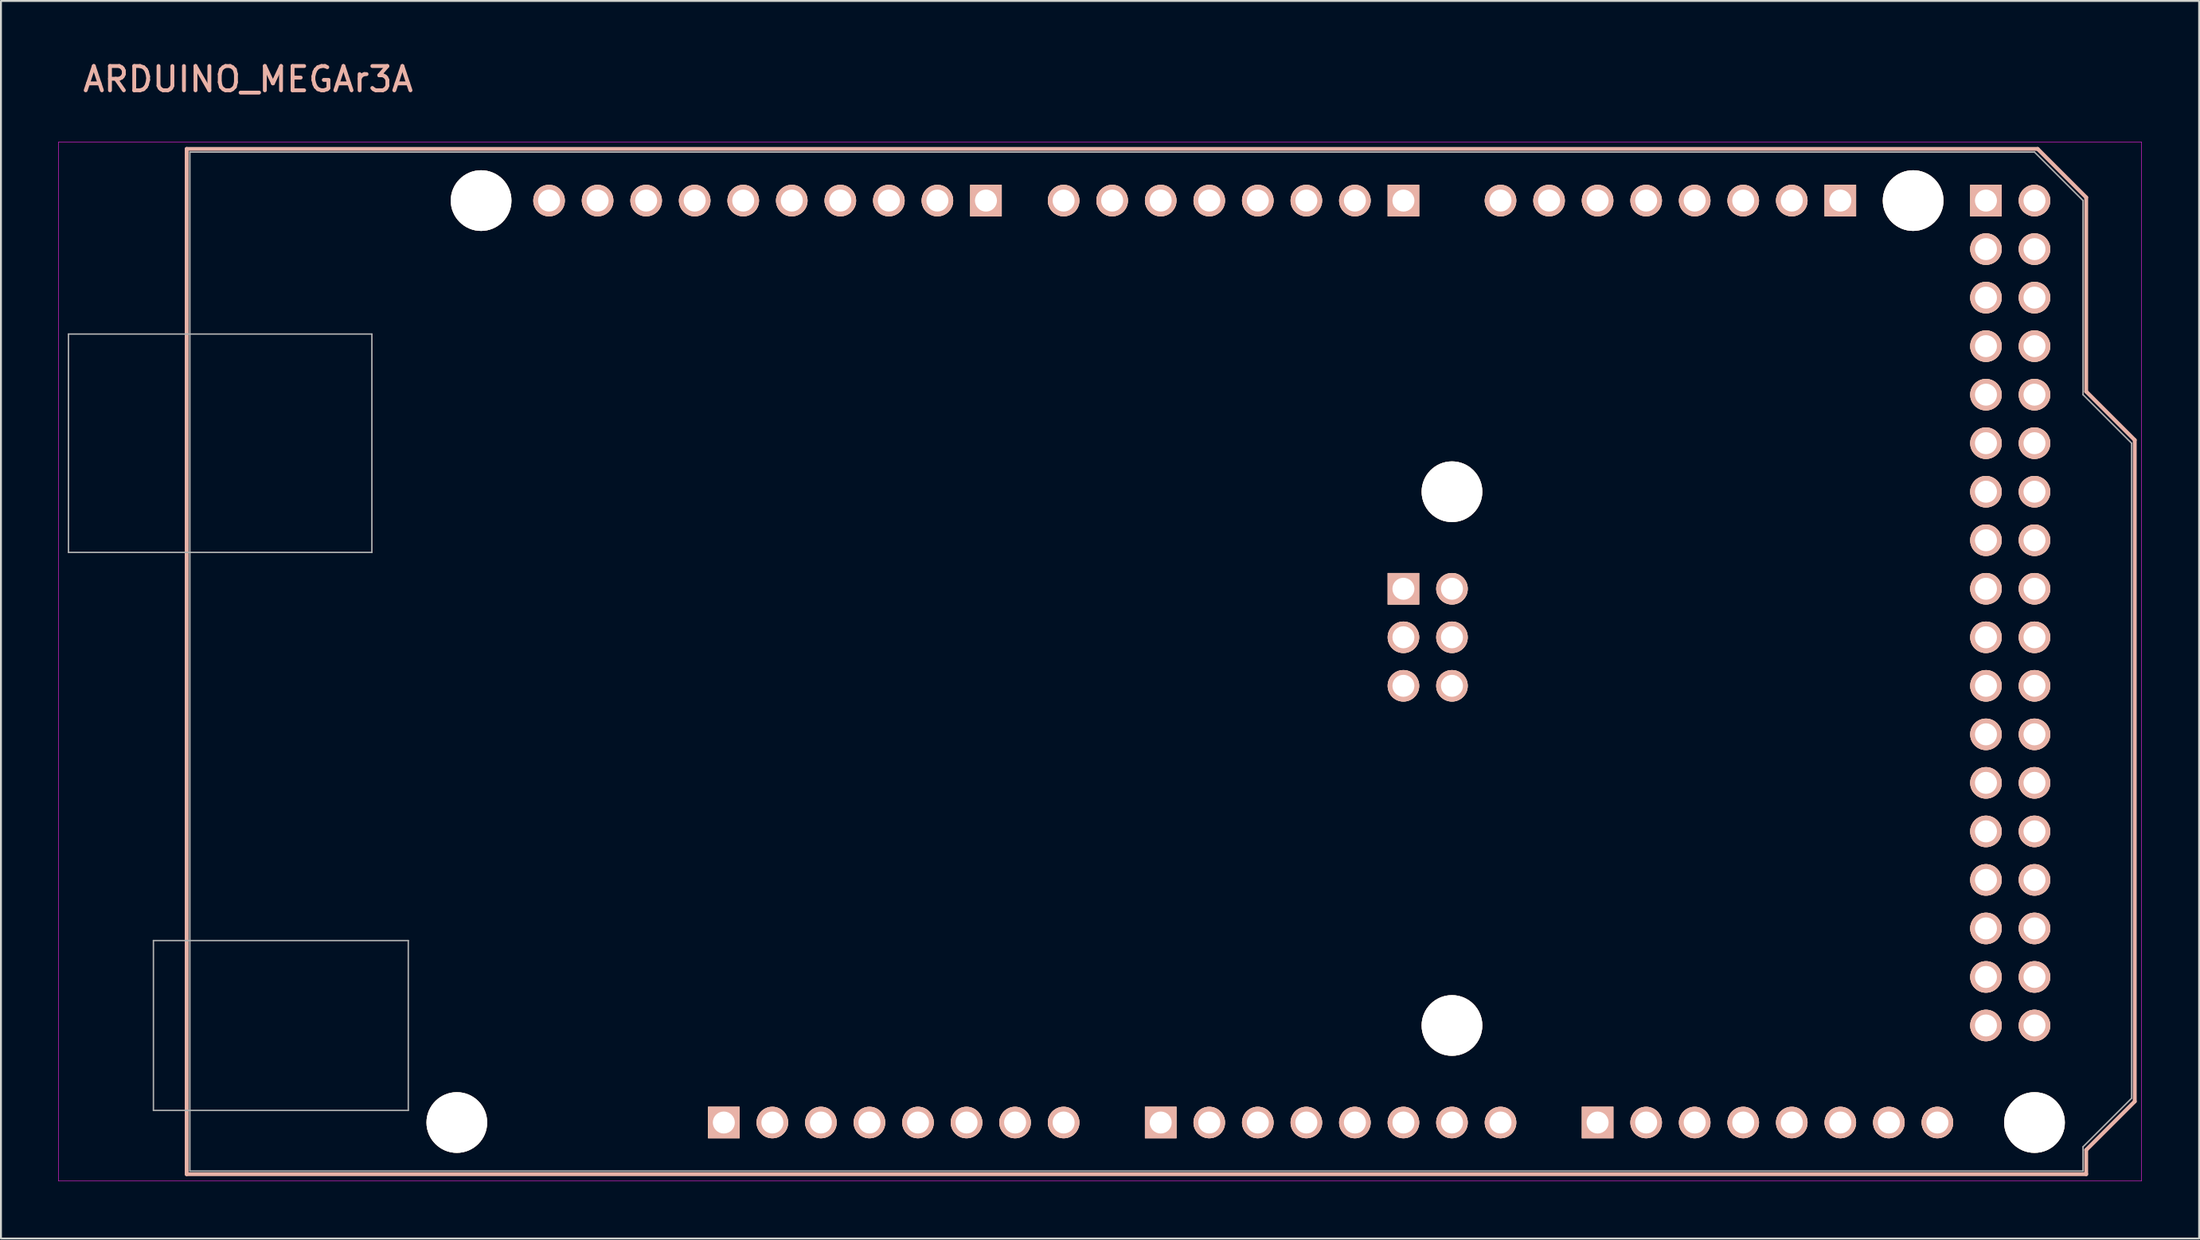
<source format=kicad_pcb>
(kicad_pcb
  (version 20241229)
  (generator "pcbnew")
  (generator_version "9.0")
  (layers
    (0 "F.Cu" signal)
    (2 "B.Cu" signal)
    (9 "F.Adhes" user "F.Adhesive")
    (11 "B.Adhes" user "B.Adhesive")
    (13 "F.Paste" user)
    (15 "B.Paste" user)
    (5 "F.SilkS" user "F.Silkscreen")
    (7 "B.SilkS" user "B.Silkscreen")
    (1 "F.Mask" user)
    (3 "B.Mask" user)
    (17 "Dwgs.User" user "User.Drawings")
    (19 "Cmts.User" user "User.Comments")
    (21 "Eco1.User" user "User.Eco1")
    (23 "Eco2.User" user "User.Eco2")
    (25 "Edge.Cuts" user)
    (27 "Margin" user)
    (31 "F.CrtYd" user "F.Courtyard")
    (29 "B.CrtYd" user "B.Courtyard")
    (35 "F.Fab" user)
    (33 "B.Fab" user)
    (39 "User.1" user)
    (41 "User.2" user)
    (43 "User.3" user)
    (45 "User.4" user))
  (footprint "ARDUINO_MEGAr3A"
    (layer "F.Cu")
    (at 6.883 58.25)
    (property "Reference" "ARDUINO_MEGAr3A" (at 3.048 -57.15 0) (layer "B.SilkS") (effects (font (size 1.27 1.27) (thickness 0.203))))
    (attr through_hole)
    (fp_line (start -0.165 0.165) (end -0.165 -53.505) (stroke (width 0.203) (type solid)) (layer "B.SilkS"))
    (fp_line (start 96.685 -53.505) (end -0.165 -53.505) (stroke (width 0.203) (type solid)) (layer "B.SilkS"))
    (fp_line (start 99.225 -50.965) (end 96.685 -53.505) (stroke (width 0.203) (type solid)) (layer "B.SilkS"))
    (fp_line (start 99.225 -40.805) (end 99.225 -50.965) (stroke (width 0.203) (type solid)) (layer "B.SilkS"))
    (fp_line (start 99.225 -40.805) (end 101.765 -38.265) (stroke (width 0.203) (type solid)) (layer "B.SilkS"))
    (fp_line (start 99.225 -1.105) (end 99.225 0.165) (stroke (width 0.203) (type solid)) (layer "B.SilkS"))
    (fp_line (start 99.225 0.165) (end -0.165 0.165) (stroke (width 0.203) (type solid)) (layer "B.SilkS"))
    (fp_line (start 101.765 -38.265) (end 101.765 -3.645) (stroke (width 0.203) (type solid)) (layer "B.SilkS"))
    (fp_line (start 101.765 -3.645) (end 99.225 -1.105) (stroke (width 0.203) (type solid)) (layer "B.SilkS"))
    (fp_line (start -6.871 -53.861) (end 102.121 -53.861) (stroke (width 0.025) (type solid)) (layer "F.CrtYd"))
    (fp_line (start -6.871 0.521) (end -6.871 -53.861) (stroke (width 0.025) (type solid)) (layer "F.CrtYd"))
    (fp_line (start 102.121 -53.861) (end 102.121 0.521) (stroke (width 0.025) (type solid)) (layer "F.CrtYd"))
    (fp_line (start 102.121 0.521) (end -6.871 0.521) (stroke (width 0.025) (type solid)) (layer "F.CrtYd"))
    (fp_line (start -6.35 -43.815) (end 9.525 -43.815) (stroke (width 0.076) (type solid)) (layer "F.Fab"))
    (fp_line (start -6.35 -32.385) (end -6.35 -43.815) (stroke (width 0.076) (type solid)) (layer "F.Fab"))
    (fp_line (start -1.905 -12.065) (end 11.43 -12.065) (stroke (width 0.076) (type solid)) (layer "F.Fab"))
    (fp_line (start -1.905 -3.175) (end -1.905 -12.065) (stroke (width 0.076) (type solid)) (layer "F.Fab"))
    (fp_line (start 0 0) (end 0 -53.34) (stroke (width 0.076) (type solid)) (layer "F.Fab"))
    (fp_line (start 9.525 -43.815) (end 9.525 -32.385) (stroke (width 0.076) (type solid)) (layer "F.Fab"))
    (fp_line (start 9.525 -32.385) (end -6.35 -32.385) (stroke (width 0.076) (type solid)) (layer "F.Fab"))
    (fp_line (start 11.43 -12.065) (end 11.43 -3.175) (stroke (width 0.076) (type solid)) (layer "F.Fab"))
    (fp_line (start 11.43 -3.175) (end -1.905 -3.175) (stroke (width 0.076) (type solid)) (layer "F.Fab"))
    (fp_line (start 96.52 -53.34) (end 0 -53.34) (stroke (width 0.076) (type solid)) (layer "F.Fab"))
    (fp_line (start 99.06 -50.8) (end 96.52 -53.34) (stroke (width 0.076) (type solid)) (layer "F.Fab"))
    (fp_line (start 99.06 -40.64) (end 99.06 -50.8) (stroke (width 0.076) (type solid)) (layer "F.Fab"))
    (fp_line (start 99.06 -40.64) (end 101.6 -38.1) (stroke (width 0.076) (type solid)) (layer "F.Fab"))
    (fp_line (start 99.06 -1.27) (end 99.06 0) (stroke (width 0.076) (type solid)) (layer "F.Fab"))
    (fp_line (start 99.06 0) (end 0 0) (stroke (width 0.076) (type solid)) (layer "F.Fab"))
    (fp_line (start 101.6 -38.1) (end 101.6 -3.81) (stroke (width 0.076) (type solid)) (layer "F.Fab"))
    (fp_line (start 101.6 -3.81) (end 99.06 -1.27) (stroke (width 0.076) (type solid)) (layer "F.Fab"))
    (pad "" np_thru_hole circle (at 13.97 -2.54 0.1) (size 3.175 3.175) (drill 3.175) (layers "*.Cu" "*.SilkS" "*.Mask"))
    (pad "" np_thru_hole circle (at 15.24 -50.8 0.1) (size 3.175 3.175) (drill 3.175) (layers "*.Cu" "*.SilkS" "*.Mask"))
    (pad "" np_thru_hole circle (at 66.04 -35.56 0.1) (size 3.175 3.175) (drill 3.175) (layers "*.Cu" "*.SilkS" "*.Mask"))
    (pad "" np_thru_hole circle (at 66.04 -7.62 0.1) (size 3.175 3.175) (drill 3.175) (layers "*.Cu" "*.SilkS" "*.Mask"))
    (pad "" np_thru_hole circle (at 90.17 -50.8 0.1) (size 3.175 3.175) (drill 3.175) (layers "*.Cu" "*.SilkS" "*.Mask"))
    (pad "" np_thru_hole circle (at 96.52 -2.54 0.1) (size 3.175 3.175) (drill 3.175) (layers "*.Cu" "*.SilkS" "*.Mask"))
    (pad "AH1" thru_hole rect (at 73.66 -2.54 270) (size 1.65 1.65) (drill 1.15) (layers "*.Cu" "*.SilkS" "*.Mask"))
    (pad "AH2" thru_hole circle (at 76.2 -2.54 270) (size 1.65 1.65) (drill 1.15) (layers "*.Cu" "*.SilkS" "*.Mask"))
    (pad "AH3" thru_hole circle (at 78.74 -2.54 270) (size 1.65 1.65) (drill 1.15) (layers "*.Cu" "*.SilkS" "*.Mask"))
    (pad "AH4" thru_hole circle (at 81.28 -2.54 270) (size 1.65 1.65) (drill 1.15) (layers "*.Cu" "*.SilkS" "*.Mask"))
    (pad "AH5" thru_hole circle (at 83.82 -2.54 270) (size 1.65 1.65) (drill 1.15) (layers "*.Cu" "*.SilkS" "*.Mask"))
    (pad "AH6" thru_hole circle (at 86.36 -2.54 270) (size 1.65 1.65) (drill 1.15) (layers "*.Cu" "*.SilkS" "*.Mask"))
    (pad "AH7" thru_hole circle (at 88.9 -2.54 270) (size 1.65 1.65) (drill 1.15) (layers "*.Cu" "*.SilkS" "*.Mask"))
    (pad "AH8" thru_hole circle (at 91.44 -2.54 270) (size 1.65 1.65) (drill 1.15) (layers "*.Cu" "*.SilkS" "*.Mask"))
    (pad "AL1" thru_hole rect (at 50.8 -2.54 270) (size 1.65 1.65) (drill 1.15) (layers "*.Cu" "*.SilkS" "*.Mask"))
    (pad "AL2" thru_hole circle (at 53.34 -2.54 270) (size 1.65 1.65) (drill 1.15) (layers "*.Cu" "*.SilkS" "*.Mask"))
    (pad "AL3" thru_hole circle (at 55.88 -2.54 270) (size 1.65 1.65) (drill 1.15) (layers "*.Cu" "*.SilkS" "*.Mask"))
    (pad "AL4" thru_hole circle (at 58.42 -2.54 270) (size 1.65 1.65) (drill 1.15) (layers "*.Cu" "*.SilkS" "*.Mask"))
    (pad "AL5" thru_hole circle (at 60.96 -2.54 270) (size 1.65 1.65) (drill 1.15) (layers "*.Cu" "*.SilkS" "*.Mask"))
    (pad "AL6" thru_hole circle (at 63.5 -2.54 270) (size 1.65 1.65) (drill 1.15) (layers "*.Cu" "*.SilkS" "*.Mask"))
    (pad "AL7" thru_hole circle (at 66.04 -2.54 270) (size 1.65 1.65) (drill 1.15) (layers "*.Cu" "*.SilkS" "*.Mask"))
    (pad "AL8" thru_hole circle (at 68.58 -2.54 270) (size 1.65 1.65) (drill 1.15) (layers "*.Cu" "*.SilkS" "*.Mask"))
    (pad "COM1" thru_hole rect (at 86.36 -50.8 90) (size 1.65 1.65) (drill 1.15) (layers "*.Cu" "*.SilkS" "*.Mask"))
    (pad "COM2" thru_hole circle (at 83.82 -50.8 90) (size 1.65 1.65) (drill 1.15) (layers "*.Cu" "*.SilkS" "*.Mask"))
    (pad "COM3" thru_hole circle (at 81.28 -50.8 90) (size 1.65 1.65) (drill 1.15) (layers "*.Cu" "*.SilkS" "*.Mask"))
    (pad "COM4" thru_hole circle (at 78.74 -50.8 90) (size 1.65 1.65) (drill 1.15) (layers "*.Cu" "*.SilkS" "*.Mask"))
    (pad "COM5" thru_hole circle (at 76.2 -50.8 90) (size 1.65 1.65) (drill 1.15) (layers "*.Cu" "*.SilkS" "*.Mask"))
    (pad "COM6" thru_hole circle (at 73.66 -50.8 90) (size 1.65 1.65) (drill 1.15) (layers "*.Cu" "*.SilkS" "*.Mask"))
    (pad "COM7" thru_hole circle (at 71.12 -50.8 90) (size 1.65 1.65) (drill 1.15) (layers "*.Cu" "*.SilkS" "*.Mask"))
    (pad "COM8" thru_hole circle (at 68.58 -50.8 90) (size 1.65 1.65) (drill 1.15) (layers "*.Cu" "*.SilkS" "*.Mask"))
    (pad "H1" thru_hole rect (at 41.656 -50.8 90) (size 1.65 1.65) (drill 1.15) (layers "*.Cu" "*.SilkS" "*.Mask"))
    (pad "H2" thru_hole circle (at 39.116 -50.8 90) (size 1.65 1.65) (drill 1.15) (layers "*.Cu" "*.SilkS" "*.Mask"))
    (pad "H3" thru_hole circle (at 36.576 -50.8 90) (size 1.65 1.65) (drill 1.15) (layers "*.Cu" "*.SilkS" "*.Mask"))
    (pad "H4" thru_hole circle (at 34.036 -50.8 90) (size 1.65 1.65) (drill 1.15) (layers "*.Cu" "*.SilkS" "*.Mask"))
    (pad "H5" thru_hole circle (at 31.496 -50.8 90) (size 1.65 1.65) (drill 1.15) (layers "*.Cu" "*.SilkS" "*.Mask"))
    (pad "H6" thru_hole circle (at 28.956 -50.8 90) (size 1.65 1.65) (drill 1.15) (layers "*.Cu" "*.SilkS" "*.Mask"))
    (pad "H7" thru_hole circle (at 26.416 -50.8 90) (size 1.65 1.65) (drill 1.15) (layers "*.Cu" "*.SilkS" "*.Mask"))
    (pad "H8" thru_hole circle (at 23.876 -50.8 90) (size 1.65 1.65) (drill 1.15) (layers "*.Cu" "*.SilkS" "*.Mask"))
    (pad "H9" thru_hole circle (at 21.336 -50.8 90) (size 1.65 1.65) (drill 1.15) (layers "*.Cu" "*.SilkS" "*.Mask"))
    (pad "H10" thru_hole circle (at 18.796 -50.8 90) (size 1.65 1.65) (drill 1.15) (layers "*.Cu" "*.SilkS" "*.Mask"))
    (pad "ISP1" thru_hole rect (at 63.5 -30.48 180) (size 1.65 1.65) (drill 1.15) (layers "*.Cu" "*.SilkS" "*.Mask"))
    (pad "ISP2" thru_hole circle (at 66.04 -30.48) (size 1.65 1.65) (drill 1.15) (layers "*.Cu" "*.SilkS" "*.Mask"))
    (pad "ISP3" thru_hole circle (at 63.5 -27.94 180) (size 1.65 1.65) (drill 1.15) (layers "*.Cu" "*.SilkS" "*.Mask"))
    (pad "ISP4" thru_hole circle (at 66.04 -27.94) (size 1.65 1.65) (drill 1.15) (layers "*.Cu" "*.SilkS" "*.Mask"))
    (pad "ISP5" thru_hole circle (at 63.5 -25.4 180) (size 1.65 1.65) (drill 1.15) (layers "*.Cu" "*.SilkS" "*.Mask"))
    (pad "ISP6" thru_hole circle (at 66.04 -25.4) (size 1.65 1.65) (drill 1.15) (layers "*.Cu" "*.SilkS" "*.Mask"))
    (pad "L1" thru_hole rect (at 63.5 -50.8 90) (size 1.65 1.65) (drill 1.15) (layers "*.Cu" "*.SilkS" "*.Mask"))
    (pad "L2" thru_hole circle (at 60.96 -50.8 90) (size 1.65 1.65) (drill 1.15) (layers "*.Cu" "*.SilkS" "*.Mask"))
    (pad "L3" thru_hole circle (at 58.42 -50.8 90) (size 1.65 1.65) (drill 1.15) (layers "*.Cu" "*.SilkS" "*.Mask"))
    (pad "L4" thru_hole circle (at 55.88 -50.8 90) (size 1.65 1.65) (drill 1.15) (layers "*.Cu" "*.SilkS" "*.Mask"))
    (pad "L5" thru_hole circle (at 53.34 -50.8 90) (size 1.65 1.65) (drill 1.15) (layers "*.Cu" "*.SilkS" "*.Mask"))
    (pad "L6" thru_hole circle (at 50.8 -50.8 90) (size 1.65 1.65) (drill 1.15) (layers "*.Cu" "*.SilkS" "*.Mask"))
    (pad "L7" thru_hole circle (at 48.26 -50.8 90) (size 1.65 1.65) (drill 1.15) (layers "*.Cu" "*.SilkS" "*.Mask"))
    (pad "L8" thru_hole circle (at 45.72 -50.8 90) (size 1.65 1.65) (drill 1.15) (layers "*.Cu" "*.SilkS" "*.Mask"))
    (pad "P1" thru_hole rect (at 27.94 -2.54 270) (size 1.65 1.65) (drill 1.15) (layers "*.Cu" "*.SilkS" "*.Mask"))
    (pad "P2" thru_hole circle (at 30.48 -2.54 270) (size 1.65 1.65) (drill 1.15) (layers "*.Cu" "*.SilkS" "*.Mask"))
    (pad "P3" thru_hole circle (at 33.02 -2.54 270) (size 1.65 1.65) (drill 1.15) (layers "*.Cu" "*.SilkS" "*.Mask"))
    (pad "P4" thru_hole circle (at 35.56 -2.54 270) (size 1.65 1.65) (drill 1.15) (layers "*.Cu" "*.SilkS" "*.Mask"))
    (pad "P5" thru_hole circle (at 38.1 -2.54 270) (size 1.65 1.65) (drill 1.15) (layers "*.Cu" "*.SilkS" "*.Mask"))
    (pad "P6" thru_hole circle (at 40.64 -2.54 270) (size 1.65 1.65) (drill 1.15) (layers "*.Cu" "*.SilkS" "*.Mask"))
    (pad "P7" thru_hole circle (at 43.18 -2.54 270) (size 1.65 1.65) (drill 1.15) (layers "*.Cu" "*.SilkS" "*.Mask"))
    (pad "P8" thru_hole circle (at 45.72 -2.54 270) (size 1.65 1.65) (drill 1.15) (layers "*.Cu" "*.SilkS" "*.Mask"))
    (pad "X1" thru_hole rect (at 93.98 -50.8 180) (size 1.65 1.65) (drill 1.15) (layers "*.Cu" "*.SilkS" "*.Mask"))
    (pad "X2" thru_hole circle (at 96.52 -50.8) (size 1.65 1.65) (drill 1.15) (layers "*.Cu" "*.SilkS" "*.Mask"))
    (pad "X3" thru_hole circle (at 93.98 -48.26 180) (size 1.65 1.65) (drill 1.15) (layers "*.Cu" "*.SilkS" "*.Mask"))
    (pad "X4" thru_hole circle (at 96.52 -48.26) (size 1.65 1.65) (drill 1.15) (layers "*.Cu" "*.SilkS" "*.Mask"))
    (pad "X5" thru_hole circle (at 93.98 -45.72 180) (size 1.65 1.65) (drill 1.15) (layers "*.Cu" "*.SilkS" "*.Mask"))
    (pad "X6" thru_hole circle (at 96.52 -45.72) (size 1.65 1.65) (drill 1.15) (layers "*.Cu" "*.SilkS" "*.Mask"))
    (pad "X7" thru_hole circle (at 93.98 -43.18 180) (size 1.65 1.65) (drill 1.15) (layers "*.Cu" "*.SilkS" "*.Mask"))
    (pad "X8" thru_hole circle (at 96.52 -43.18) (size 1.65 1.65) (drill 1.15) (layers "*.Cu" "*.SilkS" "*.Mask"))
    (pad "X9" thru_hole circle (at 93.98 -40.64 180) (size 1.65 1.65) (drill 1.15) (layers "*.Cu" "*.SilkS" "*.Mask"))
    (pad "X10" thru_hole circle (at 96.52 -40.64) (size 1.65 1.65) (drill 1.15) (layers "*.Cu" "*.SilkS" "*.Mask"))
    (pad "X11" thru_hole circle (at 93.98 -38.1 180) (size 1.65 1.65) (drill 1.15) (layers "*.Cu" "*.SilkS" "*.Mask"))
    (pad "X12" thru_hole circle (at 96.52 -38.1) (size 1.65 1.65) (drill 1.15) (layers "*.Cu" "*.SilkS" "*.Mask"))
    (pad "X13" thru_hole circle (at 93.98 -35.56 180) (size 1.65 1.65) (drill 1.15) (layers "*.Cu" "*.SilkS" "*.Mask"))
    (pad "X14" thru_hole circle (at 96.52 -35.56) (size 1.65 1.65) (drill 1.15) (layers "*.Cu" "*.SilkS" "*.Mask"))
    (pad "X15" thru_hole circle (at 93.98 -33.02 180) (size 1.65 1.65) (drill 1.15) (layers "*.Cu" "*.SilkS" "*.Mask"))
    (pad "X16" thru_hole circle (at 96.52 -33.02) (size 1.65 1.65) (drill 1.15) (layers "*.Cu" "*.SilkS" "*.Mask"))
    (pad "X17" thru_hole circle (at 93.98 -30.48 180) (size 1.65 1.65) (drill 1.15) (layers "*.Cu" "*.SilkS" "*.Mask"))
    (pad "X18" thru_hole circle (at 96.52 -30.48) (size 1.65 1.65) (drill 1.15) (layers "*.Cu" "*.SilkS" "*.Mask"))
    (pad "X19" thru_hole circle (at 93.98 -27.94 180) (size 1.65 1.65) (drill 1.15) (layers "*.Cu" "*.SilkS" "*.Mask"))
    (pad "X20" thru_hole circle (at 96.52 -27.94) (size 1.65 1.65) (drill 1.15) (layers "*.Cu" "*.SilkS" "*.Mask"))
    (pad "X21" thru_hole circle (at 93.98 -25.4 180) (size 1.65 1.65) (drill 1.15) (layers "*.Cu" "*.SilkS" "*.Mask"))
    (pad "X22" thru_hole circle (at 96.52 -25.4) (size 1.65 1.65) (drill 1.15) (layers "*.Cu" "*.SilkS" "*.Mask"))
    (pad "X23" thru_hole circle (at 93.98 -22.86 180) (size 1.65 1.65) (drill 1.15) (layers "*.Cu" "*.SilkS" "*.Mask"))
    (pad "X24" thru_hole circle (at 96.52 -22.86) (size 1.65 1.65) (drill 1.15) (layers "*.Cu" "*.SilkS" "*.Mask"))
    (pad "X25" thru_hole circle (at 93.98 -20.32 180) (size 1.65 1.65) (drill 1.15) (layers "*.Cu" "*.SilkS" "*.Mask"))
    (pad "X26" thru_hole circle (at 96.52 -20.32) (size 1.65 1.65) (drill 1.15) (layers "*.Cu" "*.SilkS" "*.Mask"))
    (pad "X27" thru_hole circle (at 93.98 -17.78 180) (size 1.65 1.65) (drill 1.15) (layers "*.Cu" "*.SilkS" "*.Mask"))
    (pad "X28" thru_hole circle (at 96.52 -17.78) (size 1.65 1.65) (drill 1.15) (layers "*.Cu" "*.SilkS" "*.Mask"))
    (pad "X29" thru_hole circle (at 93.98 -15.24 180) (size 1.65 1.65) (drill 1.15) (layers "*.Cu" "*.SilkS" "*.Mask"))
    (pad "X30" thru_hole circle (at 96.52 -15.24) (size 1.65 1.65) (drill 1.15) (layers "*.Cu" "*.SilkS" "*.Mask"))
    (pad "X31" thru_hole circle (at 93.98 -12.7 180) (size 1.65 1.65) (drill 1.15) (layers "*.Cu" "*.SilkS" "*.Mask"))
    (pad "X32" thru_hole circle (at 96.52 -12.7) (size 1.65 1.65) (drill 1.15) (layers "*.Cu" "*.SilkS" "*.Mask"))
    (pad "X33" thru_hole circle (at 93.98 -10.16 180) (size 1.65 1.65) (drill 1.15) (layers "*.Cu" "*.SilkS" "*.Mask"))
    (pad "X34" thru_hole circle (at 96.52 -10.16) (size 1.65 1.65) (drill 1.15) (layers "*.Cu" "*.SilkS" "*.Mask"))
    (pad "X35" thru_hole circle (at 93.98 -7.62 180) (size 1.65 1.65) (drill 1.15) (layers "*.Cu" "*.SilkS" "*.Mask"))
    (pad "X36" thru_hole circle (at 96.52 -7.62) (size 1.65 1.65) (drill 1.15) (layers "*.Cu" "*.SilkS" "*.Mask")))
  (gr_rect
    (start -3 -3)
    (end 112.017 61.783)
    (stroke (width 0.1) (type default))
    (fill no)
    (layer "Edge.Cuts")))
</source>
